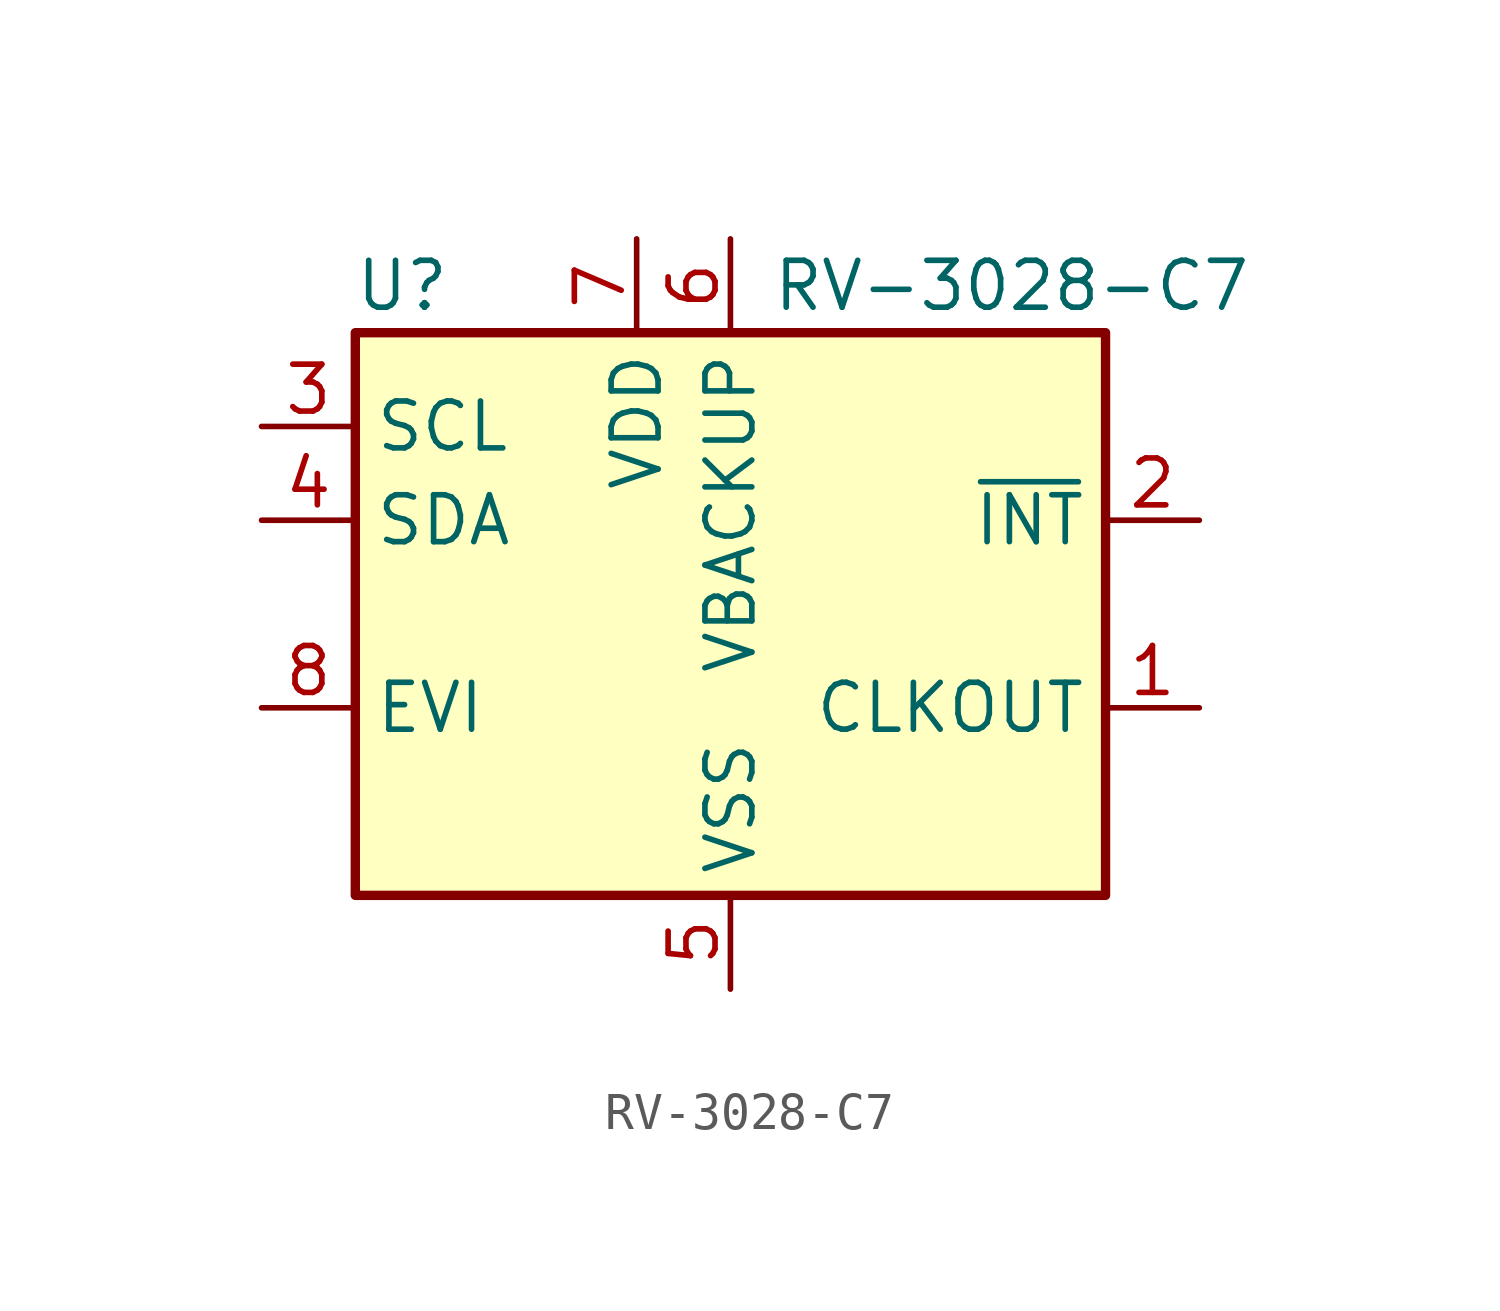
<source format=kicad_sym>
(kicad_symbol_lib
  (version 20231120)
  (generator "kicad_symbol_editor")
  (generator_version "8.0")
  (symbol "RV-3028-C7"
    (property "Reference" "U"
      (at -8.89 8.89 0)
      (effects (font (size 1.27 1.27))))
    (property "Value" "RV-3028-C7"
      (at 7.62 8.89 0)
      (effects (font (size 1.27 1.27))))
    (symbol "RV-3028-C7_0_1"
      (rectangle (start -10.16 7.62) (end 10.16 -7.62) (stroke (width 0.254) (type default)) (fill (type background))))
    (symbol "RV-3028-C7_1_1"
      (pin output line (at 12.7 -2.54 180) (length 2.54) (name "CLKOUT" (effects (font (size 1.27 1.27)))) (number "1" (effects (font (size 1.27 1.27)))))
      (pin open_collector line (at 12.7 2.54 180) (length 2.54) (name "~{INT}" (effects (font (size 1.27 1.27)))) (number "2" (effects (font (size 1.27 1.27)))))
      (pin input line (at -12.7 5.08 0) (length 2.54) (name "SCL" (effects (font (size 1.27 1.27)))) (number "3" (effects (font (size 1.27 1.27)))))
      (pin bidirectional line (at -12.7 2.54 0) (length 2.54) (name "SDA" (effects (font (size 1.27 1.27)))) (number "4" (effects (font (size 1.27 1.27)))))
      (pin power_in line (at 0 -10.16 90) (length 2.54) (name "VSS" (effects (font (size 1.27 1.27)))) (number "5" (effects (font (size 1.27 1.27)))))
      (pin power_in line (at 0 10.16 270) (length 2.54) (name "VBACKUP" (effects (font (size 1.27 1.27)))) (number "6" (effects (font (size 1.27 1.27)))))
      (pin power_in line (at -2.54 10.16 270) (length 2.54) (name "VDD" (effects (font (size 1.27 1.27)))) (number "7" (effects (font (size 1.27 1.27)))))
      (pin input line (at -12.7 -2.54 0) (length 2.54) (name "EVI" (effects (font (size 1.27 1.27)))) (number "8" (effects (font (size 1.27 1.27))))))))
</source>
